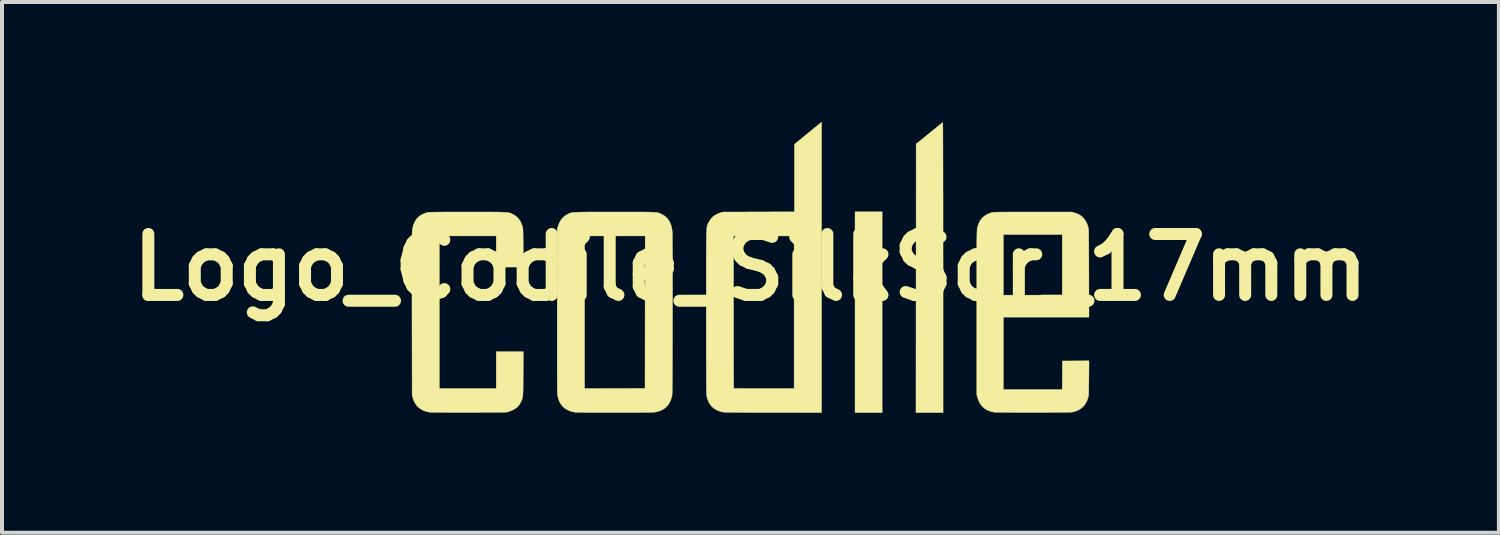
<source format=kicad_pcb>
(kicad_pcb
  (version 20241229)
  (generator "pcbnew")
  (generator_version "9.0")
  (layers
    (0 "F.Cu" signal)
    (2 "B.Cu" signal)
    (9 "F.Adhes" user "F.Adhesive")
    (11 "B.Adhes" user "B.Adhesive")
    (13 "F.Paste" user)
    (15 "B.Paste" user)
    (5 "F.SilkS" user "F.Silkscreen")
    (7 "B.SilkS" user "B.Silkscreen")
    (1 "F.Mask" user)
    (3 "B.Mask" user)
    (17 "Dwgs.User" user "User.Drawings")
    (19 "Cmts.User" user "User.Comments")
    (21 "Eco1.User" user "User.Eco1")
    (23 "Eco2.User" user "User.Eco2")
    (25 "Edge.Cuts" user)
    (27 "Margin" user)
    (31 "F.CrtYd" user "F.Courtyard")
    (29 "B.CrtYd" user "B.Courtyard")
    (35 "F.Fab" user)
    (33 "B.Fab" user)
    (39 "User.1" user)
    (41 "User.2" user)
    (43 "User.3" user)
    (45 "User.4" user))
  (footprint "Logo_Codile_SilkScr_17mm"
    (layer "F.Cu")
    (at 15.719 3.637)
    (property "Reference" "Logo_Codile_SilkScr_17mm" (at 0 0 0) (layer "F.SilkS") (effects (font (size 1.524 1.524) (thickness 0.3))))
    (attr through_hole)
    (fp_poly (pts (xy 3.294 3.632) (xy 2.616 3.632) (xy 2.616 -1.389) (xy 3.294 -1.389) (xy 3.294 3.632)) (stroke (width 0.01) (type solid)) (fill yes) (layer "F.SilkS"))
    (fp_poly (pts (xy 4.812 -3.615) (xy 4.812 -3.591) (xy 4.812 -3.55) (xy 4.813 -3.494) (xy 4.813 -3.423) (xy 4.814 -3.339) (xy 4.814 -3.24) (xy 4.814 -3.129) (xy 4.815 -3.004) (xy 4.815 -2.868) (xy 4.815 -2.721) (xy 4.816 -2.562) (xy 4.816 -2.393) (xy 4.816 -2.215) (xy 4.816 -2.027) (xy 4.817 -1.83) (xy 4.817 -1.625) (xy 4.817 -1.413) (xy 4.817 -1.193) (xy 4.817 -0.967) (xy 4.817 -0.735) (xy 4.817 -0.498) (xy 4.818 -0.255) (xy 4.818 -0.009) (xy 4.818 3.632) (xy 4.14 3.632) (xy 4.142 0.274) (xy 4.144 -3.085) (xy 4.475 -3.354) (xy 4.539 -3.407) (xy 4.6 -3.456) (xy 4.655 -3.501) (xy 4.704 -3.54) (xy 4.746 -3.573) (xy 4.778 -3.599) (xy 4.8 -3.616) (xy 4.811 -3.623) (xy 4.811 -3.624) (xy 4.812 -3.615)) (stroke (width 0.01) (type solid)) (fill yes) (layer "F.SilkS"))
    (fp_poly (pts (xy 1.778 3.632) (xy 0.582 3.631) (xy 0.44 3.631) (xy 0.302 3.631) (xy 0.17 3.63) (xy 0.043 3.63) (xy -0.076 3.629) (xy -0.188 3.629) (xy -0.29 3.628) (xy -0.382 3.628) (xy -0.463 3.627) (xy -0.532 3.626) (xy -0.588 3.625) (xy -0.629 3.624) (xy -0.655 3.623) (xy -0.665 3.623) (xy -0.761 3.602) (xy -0.845 3.568) (xy -0.919 3.523) (xy -0.98 3.465) (xy -1.03 3.395) (xy -1.068 3.312) (xy -1.089 3.239) (xy -1.091 3.231) (xy -1.093 3.222) (xy -1.094 3.212) (xy -1.095 3.199) (xy -1.096 3.184) (xy -1.098 3.165) (xy -1.099 3.142) (xy -1.099 3.115) (xy -1.1 3.082) (xy -1.101 3.042) (xy -1.102 2.997) (xy -1.102 2.943) (xy -1.103 2.882) (xy -1.103 2.812) (xy -1.104 2.732) (xy -1.104 2.643) (xy -1.104 2.543) (xy -1.104 2.432) (xy -1.105 2.309) (xy -1.105 2.173) (xy -1.105 2.024) (xy -1.105 1.862) (xy -1.105 1.684) (xy -1.105 1.492) (xy -1.105 1.284) (xy -1.105 1.118) (xy -1.105 0.894) (xy -1.105 0.686) (xy -1.105 0.494) (xy -1.105 0.317) (xy -1.105 0.154) (xy -1.105 0.005) (xy -1.105 -0.131) (xy -1.105 -0.254) (xy -1.104 -0.366) (xy -1.104 -0.466) (xy -1.103 -0.557) (xy -1.102 -0.637) (xy -1.101 -0.708) (xy -1.1 -0.77) (xy -1.1 -0.787) (xy -0.423 -0.787) (xy -0.423 1.116) (xy -0.423 1.295) (xy -0.423 1.468) (xy -0.423 1.637) (xy -0.423 1.8) (xy -0.423 1.956) (xy -0.423 2.104) (xy -0.422 2.244) (xy -0.422 2.375) (xy -0.422 2.497) (xy -0.421 2.607) (xy -0.421 2.707) (xy -0.42 2.794) (xy -0.42 2.869) (xy -0.419 2.93) (xy -0.419 2.976) (xy -0.418 3.008) (xy -0.418 3.024) (xy -0.418 3.025) (xy -0.409 3.026) (xy -0.384 3.027) (xy -0.344 3.028) (xy -0.292 3.029) (xy -0.227 3.029) (xy -0.152 3.03) (xy -0.066 3.03) (xy 0.027 3.031) (xy 0.128 3.031) (xy 0.235 3.031) (xy 0.34 3.031) (xy 1.092 3.031) (xy 1.092 -0.787) (xy -0.423 -0.787) (xy -1.1 -0.787) (xy -1.099 -0.825) (xy -1.097 -0.872) (xy -1.095 -0.913) (xy -1.093 -0.948) (xy -1.091 -0.977) (xy -1.088 -1.002) (xy -1.085 -1.023) (xy -1.082 -1.04) (xy -1.078 -1.055) (xy -1.074 -1.067) (xy -1.069 -1.079) (xy -1.064 -1.089) (xy -1.059 -1.099) (xy -1.053 -1.109) (xy -1.047 -1.121) (xy -1.042 -1.131) (xy -0.997 -1.204) (xy -0.94 -1.265) (xy -0.87 -1.314) (xy -0.788 -1.353) (xy -0.754 -1.364) (xy -0.69 -1.384) (xy 1.101 -1.389) (xy 1.101 -3.079) (xy 1.209 -3.167) (xy 1.242 -3.194) (xy 1.286 -3.23) (xy 1.338 -3.273) (xy 1.395 -3.319) (xy 1.456 -3.369) (xy 1.516 -3.418) (xy 1.547 -3.444) (xy 1.778 -3.632) (xy 1.778 3.632)) (stroke (width 0.01) (type solid)) (fill yes) (layer "F.SilkS"))
    (fp_poly (pts (xy -6.665 -1.384) (xy -6.558 -1.384) (xy -6.464 -1.384) (xy -6.382 -1.383) (xy -6.311 -1.383) (xy -6.25 -1.382) (xy -6.198 -1.38) (xy -6.154 -1.378) (xy -6.117 -1.376) (xy -6.086 -1.373) (xy -6.06 -1.37) (xy -6.038 -1.366) (xy -6.02 -1.361) (xy -6.003 -1.356) (xy -5.988 -1.349) (xy -5.973 -1.342) (xy -5.957 -1.334) (xy -5.939 -1.325) (xy -5.935 -1.324) (xy -5.865 -1.281) (xy -5.806 -1.225) (xy -5.758 -1.156) (xy -5.719 -1.074) (xy -5.705 -1.033) (xy -5.701 -1.019) (xy -5.698 -1.006) (xy -5.695 -0.991) (xy -5.692 -0.974) (xy -5.69 -0.953) (xy -5.689 -0.926) (xy -5.688 -0.893) (xy -5.686 -0.851) (xy -5.686 -0.799) (xy -5.685 -0.736) (xy -5.684 -0.66) (xy -5.684 -0.57) (xy -5.683 -0.489) (xy -5.68 -0.008) (xy -6.358 -0.008) (xy -6.358 -0.787) (xy -7.781 -0.787) (xy -7.781 3.031) (xy -6.358 3.031) (xy -6.358 2.108) (xy -5.68 2.108) (xy -5.683 2.661) (xy -5.684 2.775) (xy -5.685 2.873) (xy -5.685 2.958) (xy -5.686 3.029) (xy -5.687 3.089) (xy -5.689 3.14) (xy -5.691 3.181) (xy -5.694 3.215) (xy -5.698 3.244) (xy -5.702 3.268) (xy -5.708 3.288) (xy -5.714 3.307) (xy -5.722 3.326) (xy -5.731 3.346) (xy -5.741 3.365) (xy -5.779 3.432) (xy -5.826 3.488) (xy -5.883 3.534) (xy -5.953 3.573) (xy -6.037 3.605) (xy -6.049 3.609) (xy -6.059 3.612) (xy -6.068 3.615) (xy -6.078 3.617) (xy -6.091 3.619) (xy -6.106 3.621) (xy -6.125 3.622) (xy -6.149 3.623) (xy -6.179 3.624) (xy -6.216 3.625) (xy -6.261 3.626) (xy -6.314 3.627) (xy -6.378 3.627) (xy -6.452 3.628) (xy -6.538 3.628) (xy -6.637 3.628) (xy -6.75 3.628) (xy -6.878 3.629) (xy -7.021 3.629) (xy -7.04 3.629) (xy -7.165 3.629) (xy -7.286 3.629) (xy -7.402 3.629) (xy -7.512 3.629) (xy -7.614 3.628) (xy -7.708 3.628) (xy -7.791 3.627) (xy -7.864 3.627) (xy -7.924 3.626) (xy -7.971 3.625) (xy -8.004 3.624) (xy -8.021 3.623) (xy -8.022 3.623) (xy -8.119 3.602) (xy -8.203 3.569) (xy -8.276 3.523) (xy -8.338 3.466) (xy -8.388 3.396) (xy -8.427 3.313) (xy -8.444 3.261) (xy -8.462 3.196) (xy -8.465 1.168) (xy -8.465 0.925) (xy -8.465 0.699) (xy -8.465 0.489) (xy -8.465 0.295) (xy -8.465 0.116) (xy -8.465 -0.047) (xy -8.465 -0.195) (xy -8.465 -0.329) (xy -8.464 -0.448) (xy -8.464 -0.554) (xy -8.463 -0.646) (xy -8.463 -0.724) (xy -8.462 -0.79) (xy -8.461 -0.843) (xy -8.46 -0.883) (xy -8.459 -0.912) (xy -8.458 -0.929) (xy -8.458 -0.931) (xy -8.438 -1.03) (xy -8.407 -1.117) (xy -8.364 -1.193) (xy -8.308 -1.256) (xy -8.24 -1.307) (xy -8.161 -1.347) (xy -8.094 -1.369) (xy -8.085 -1.372) (xy -8.074 -1.374) (xy -8.061 -1.376) (xy -8.044 -1.377) (xy -8.023 -1.379) (xy -7.997 -1.38) (xy -7.964 -1.381) (xy -7.925 -1.382) (xy -7.877 -1.382) (xy -7.82 -1.383) (xy -7.752 -1.383) (xy -7.674 -1.384) (xy -7.583 -1.384) (xy -7.48 -1.384) (xy -7.363 -1.384) (xy -7.23 -1.384) (xy -7.082 -1.384) (xy -7.074 -1.384) (xy -6.922 -1.384) (xy -6.786 -1.384) (xy -6.665 -1.384)) (stroke (width 0.01) (type solid)) (fill yes) (layer "F.SilkS"))
    (fp_poly (pts (xy 8.107 -1.365) (xy 8.181 -1.339) (xy 8.243 -1.306) (xy 8.297 -1.265) (xy 8.321 -1.241) (xy 8.372 -1.178) (xy 8.413 -1.105) (xy 8.443 -1.019) (xy 8.444 -1.017) (xy 8.447 -1.008) (xy 8.449 -0.998) (xy 8.451 -0.988) (xy 8.453 -0.976) (xy 8.455 -0.961) (xy 8.456 -0.943) (xy 8.457 -0.921) (xy 8.459 -0.893) (xy 8.46 -0.858) (xy 8.46 -0.817) (xy 8.461 -0.767) (xy 8.462 -0.709) (xy 8.462 -0.64) (xy 8.463 -0.561) (xy 8.463 -0.47) (xy 8.463 -0.366) (xy 8.464 -0.249) (xy 8.464 -0.117) (xy 8.464 0.03) (xy 8.465 0.146) (xy 8.467 1.245) (xy 6.325 1.245) (xy 6.325 3.056) (xy 7.798 3.056) (xy 7.8 2.699) (xy 7.802 2.341) (xy 8.135 2.339) (xy 8.468 2.337) (xy 8.465 2.766) (xy 8.464 2.863) (xy 8.463 2.945) (xy 8.462 3.012) (xy 8.462 3.068) (xy 8.46 3.113) (xy 8.459 3.149) (xy 8.457 3.178) (xy 8.455 3.201) (xy 8.453 3.22) (xy 8.45 3.236) (xy 8.446 3.251) (xy 8.443 3.262) (xy 8.411 3.351) (xy 8.368 3.427) (xy 8.313 3.491) (xy 8.245 3.544) (xy 8.166 3.585) (xy 8.095 3.609) (xy 8.085 3.612) (xy 8.075 3.615) (xy 8.064 3.617) (xy 8.051 3.619) (xy 8.035 3.621) (xy 8.016 3.622) (xy 7.991 3.623) (xy 7.961 3.625) (xy 7.924 3.625) (xy 7.879 3.626) (xy 7.825 3.627) (xy 7.761 3.627) (xy 7.687 3.628) (xy 7.6 3.628) (xy 7.501 3.628) (xy 7.389 3.629) (xy 7.261 3.629) (xy 7.118 3.629) (xy 7.091 3.629) (xy 6.965 3.629) (xy 6.843 3.629) (xy 6.727 3.629) (xy 6.617 3.629) (xy 6.514 3.628) (xy 6.42 3.628) (xy 6.336 3.627) (xy 6.262 3.627) (xy 6.201 3.626) (xy 6.153 3.625) (xy 6.12 3.624) (xy 6.102 3.623) (xy 6.101 3.623) (xy 6.005 3.602) (xy 5.921 3.569) (xy 5.848 3.524) (xy 5.788 3.467) (xy 5.738 3.397) (xy 5.699 3.314) (xy 5.679 3.25) (xy 5.66 3.179) (xy 5.66 1.126) (xy 5.66 0.906) (xy 5.66 0.702) (xy 5.66 0.513) (xy 5.66 0.339) (xy 5.66 0.18) (xy 5.66 0.035) (xy 5.66 -0.098) (xy 5.661 -0.218) (xy 5.661 -0.326) (xy 5.661 -0.423) (xy 5.661 -0.51) (xy 5.662 -0.587) (xy 5.662 -0.654) (xy 5.663 -0.714) (xy 5.663 -0.765) (xy 5.664 -0.809) (xy 5.664 -0.821) (xy 6.325 -0.821) (xy 6.325 0.694) (xy 7.798 0.694) (xy 7.798 -0.821) (xy 6.325 -0.821) (xy 5.664 -0.821) (xy 5.665 -0.847) (xy 5.666 -0.879) (xy 5.667 -0.905) (xy 5.668 -0.927) (xy 5.669 -0.945) (xy 5.67 -0.959) (xy 5.671 -0.971) (xy 5.673 -0.981) (xy 5.674 -0.989) (xy 5.676 -0.995) (xy 5.704 -1.087) (xy 5.744 -1.167) (xy 5.796 -1.235) (xy 5.86 -1.291) (xy 5.936 -1.335) (xy 6.025 -1.368) (xy 6.028 -1.369) (xy 6.037 -1.371) (xy 6.048 -1.373) (xy 6.06 -1.375) (xy 6.075 -1.377) (xy 6.095 -1.378) (xy 6.119 -1.38) (xy 6.149 -1.381) (xy 6.186 -1.381) (xy 6.231 -1.382) (xy 6.284 -1.383) (xy 6.348 -1.383) (xy 6.422 -1.384) (xy 6.507 -1.384) (xy 6.606 -1.384) (xy 6.717 -1.384) (xy 6.844 -1.384) (xy 6.986 -1.384) (xy 7.061 -1.384) (xy 8.039 -1.384) (xy 8.107 -1.365)) (stroke (width 0.01) (type solid)) (fill yes) (layer "F.SilkS"))
    (fp_poly (pts (xy -2.976 -1.384) (xy -2.866 -1.384) (xy -2.768 -1.384) (xy -2.683 -1.384) (xy -2.609 -1.383) (xy -2.545 -1.382) (xy -2.491 -1.381) (xy -2.444 -1.379) (xy -2.405 -1.377) (xy -2.373 -1.374) (xy -2.345 -1.371) (xy -2.322 -1.368) (xy -2.303 -1.363) (xy -2.286 -1.358) (xy -2.271 -1.353) (xy -2.256 -1.346) (xy -2.24 -1.339) (xy -2.224 -1.331) (xy -2.211 -1.325) (xy -2.143 -1.283) (xy -2.083 -1.229) (xy -2.034 -1.162) (xy -1.996 -1.086) (xy -1.977 -1.028) (xy -1.971 -0.998) (xy -1.964 -0.957) (xy -1.958 -0.912) (xy -1.955 -0.885) (xy -1.954 -0.864) (xy -1.953 -0.827) (xy -1.952 -0.774) (xy -1.951 -0.704) (xy -1.951 -0.617) (xy -1.95 -0.515) (xy -1.95 -0.396) (xy -1.949 -0.262) (xy -1.949 -0.112) (xy -1.949 0.053) (xy -1.949 0.234) (xy -1.949 0.43) (xy -1.949 0.641) (xy -1.949 0.866) (xy -1.949 1.107) (xy -1.949 1.194) (xy -1.95 1.41) (xy -1.95 1.611) (xy -1.95 1.796) (xy -1.951 1.965) (xy -1.951 2.121) (xy -1.951 2.263) (xy -1.952 2.392) (xy -1.952 2.508) (xy -1.952 2.613) (xy -1.953 2.707) (xy -1.953 2.79) (xy -1.954 2.864) (xy -1.954 2.929) (xy -1.955 2.985) (xy -1.956 3.033) (xy -1.956 3.075) (xy -1.957 3.11) (xy -1.958 3.139) (xy -1.959 3.163) (xy -1.96 3.183) (xy -1.961 3.199) (xy -1.963 3.211) (xy -1.964 3.221) (xy -1.966 3.23) (xy -1.967 3.237) (xy -1.968 3.239) (xy -1.999 3.332) (xy -2.04 3.412) (xy -2.093 3.479) (xy -2.156 3.533) (xy -2.231 3.575) (xy -2.318 3.606) (xy -2.407 3.623) (xy -2.425 3.624) (xy -2.459 3.626) (xy -2.506 3.627) (xy -2.567 3.628) (xy -2.639 3.628) (xy -2.721 3.629) (xy -2.812 3.63) (xy -2.91 3.63) (xy -3.014 3.631) (xy -3.123 3.631) (xy -3.235 3.631) (xy -3.349 3.631) (xy -3.464 3.631) (xy -3.577 3.631) (xy -3.689 3.631) (xy -3.797 3.631) (xy -3.901 3.63) (xy -3.998 3.63) (xy -4.088 3.629) (xy -4.168 3.628) (xy -4.239 3.627) (xy -4.298 3.626) (xy -4.343 3.625) (xy -4.375 3.624) (xy -4.39 3.623) (xy -4.487 3.602) (xy -4.572 3.568) (xy -4.646 3.523) (xy -4.707 3.466) (xy -4.757 3.396) (xy -4.794 3.315) (xy -4.82 3.222) (xy -4.826 3.185) (xy -4.827 3.172) (xy -4.828 3.146) (xy -4.829 3.108) (xy -4.83 3.059) (xy -4.831 2.996) (xy -4.831 2.92) (xy -4.832 2.832) (xy -4.832 2.729) (xy -4.833 2.613) (xy -4.833 2.482) (xy -4.833 2.337) (xy -4.833 2.176) (xy -4.833 2.001) (xy -4.833 1.81) (xy -4.833 1.603) (xy -4.833 1.38) (xy -4.833 1.14) (xy -4.833 1.075) (xy -4.83 -0.787) (xy -4.149 -0.787) (xy -4.149 3.031) (xy -2.637 3.027) (xy -2.635 1.12) (xy -2.633 -0.787) (xy -4.149 -0.787) (xy -4.83 -0.787) (xy -4.83 -0.969) (xy -4.811 -1.033) (xy -4.776 -1.121) (xy -4.732 -1.196) (xy -4.677 -1.257) (xy -4.612 -1.306) (xy -4.579 -1.324) (xy -4.562 -1.333) (xy -4.546 -1.341) (xy -4.531 -1.348) (xy -4.516 -1.354) (xy -4.501 -1.36) (xy -4.483 -1.364) (xy -4.463 -1.369) (xy -4.439 -1.372) (xy -4.41 -1.375) (xy -4.375 -1.378) (xy -4.334 -1.379) (xy -4.285 -1.381) (xy -4.228 -1.382) (xy -4.161 -1.383) (xy -4.083 -1.384) (xy -3.994 -1.384) (xy -3.892 -1.384) (xy -3.778 -1.384) (xy -3.648 -1.384) (xy -3.504 -1.384) (xy -3.395 -1.384) (xy -3.24 -1.384) (xy -3.1 -1.384) (xy -2.976 -1.384)) (stroke (width 0.01) (type solid)) (fill yes) (layer "F.SilkS")))
  (gr_rect
    (start -3 -3)
    (end 34.438 10.274)
    (stroke (width 0.1) (type default))
    (fill no)
    (layer "Edge.Cuts")))
</source>
